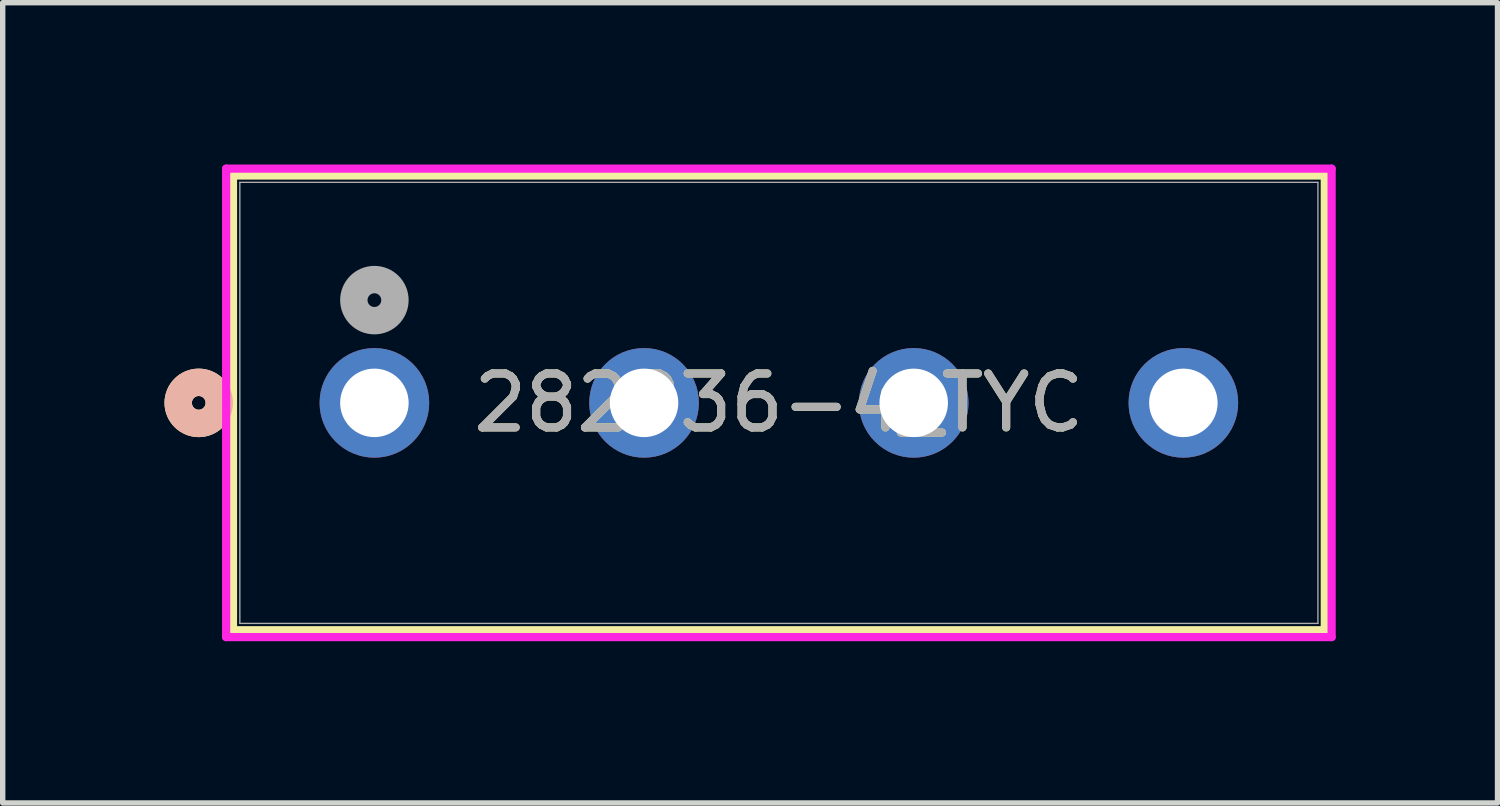
<source format=kicad_pcb>
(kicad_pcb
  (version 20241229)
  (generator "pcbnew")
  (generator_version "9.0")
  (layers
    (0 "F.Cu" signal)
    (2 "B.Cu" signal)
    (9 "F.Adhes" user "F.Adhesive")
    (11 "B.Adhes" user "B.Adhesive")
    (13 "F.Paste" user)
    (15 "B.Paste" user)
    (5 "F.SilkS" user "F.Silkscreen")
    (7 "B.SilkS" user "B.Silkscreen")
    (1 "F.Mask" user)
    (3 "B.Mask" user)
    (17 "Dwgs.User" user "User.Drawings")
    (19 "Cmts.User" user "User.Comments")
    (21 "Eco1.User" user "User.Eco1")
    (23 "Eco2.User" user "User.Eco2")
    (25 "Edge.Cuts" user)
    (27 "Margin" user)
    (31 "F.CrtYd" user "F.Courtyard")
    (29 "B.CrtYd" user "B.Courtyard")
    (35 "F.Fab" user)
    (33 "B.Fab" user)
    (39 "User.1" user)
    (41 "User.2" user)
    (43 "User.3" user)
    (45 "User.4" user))
  (footprint "282836-4_TYC"
    (layer "F.Cu")
    (at 3.892 4.42)
    (property "Reference" "282836-4_TYC" (at 7.5 0 0) (unlocked yes) (layer "F.SilkS") (effects (font (size 1 1) (thickness 0.15))))
    (attr through_hole)
    (fp_line (start -2.622 -4.216) (end -2.622 4.216) (stroke (width 0.152) (type solid)) (layer "F.SilkS"))
    (fp_line (start -2.622 4.216) (end 17.622 4.216) (stroke (width 0.152) (type solid)) (layer "F.SilkS"))
    (fp_line (start 17.622 -4.216) (end -2.622 -4.216) (stroke (width 0.152) (type solid)) (layer "F.SilkS"))
    (fp_line (start 17.622 4.216) (end 17.622 -4.216) (stroke (width 0.152) (type solid)) (layer "F.SilkS"))
    (fp_circle (center -3.257 0) (end -2.876 0) (stroke (width 0.508) (type solid)) (fill no) (layer "F.SilkS"))
    (fp_circle (center -3.257 0) (end -2.876 0) (stroke (width 0.508) (type solid)) (fill no) (layer "B.SilkS"))
    (fp_line (start -2.749 -4.343) (end -2.749 4.343) (stroke (width 0.152) (type solid)) (layer "F.CrtYd"))
    (fp_line (start -2.749 4.343) (end 17.749 4.343) (stroke (width 0.152) (type solid)) (layer "F.CrtYd"))
    (fp_line (start 17.749 -4.343) (end -2.749 -4.343) (stroke (width 0.152) (type solid)) (layer "F.CrtYd"))
    (fp_line (start 17.749 4.343) (end 17.749 -4.343) (stroke (width 0.152) (type solid)) (layer "F.CrtYd"))
    (fp_line (start -2.495 -4.089) (end -2.495 4.089) (stroke (width 0.025) (type solid)) (layer "F.Fab"))
    (fp_line (start -2.495 4.089) (end 17.495 4.089) (stroke (width 0.025) (type solid)) (layer "F.Fab"))
    (fp_line (start 17.495 -4.089) (end -2.495 -4.089) (stroke (width 0.025) (type solid)) (layer "F.Fab"))
    (fp_line (start 17.495 4.089) (end 17.495 -4.089) (stroke (width 0.025) (type solid)) (layer "F.Fab"))
    (fp_circle (center 0 -1.905) (end 0.381 -1.905) (stroke (width 0.508) (type solid)) (fill no) (layer "F.Fab"))
    (fp_text user "${REFERENCE}" (at 7.5 0 0) (unlocked yes) (layer "F.Fab") (effects (font (size 1 1) (thickness 0.15))))
    (pad "1" thru_hole circle (at 0 0) (size 2.032 2.032) (drill 1.27) (layers "*.Cu" "*.Mask"))
    (pad "2" thru_hole circle (at 5 0) (size 2.032 2.032) (drill 1.27) (layers "*.Cu" "*.Mask"))
    (pad "3" thru_hole circle (at 10 0) (size 2.032 2.032) (drill 1.27) (layers "*.Cu" "*.Mask"))
    (pad "4" thru_hole circle (at 15 0) (size 2.032 2.032) (drill 1.27) (layers "*.Cu" "*.Mask")))
  (gr_rect
    (start -3 -3)
    (end 24.717 11.839)
    (stroke (width 0.1) (type default))
    (fill no)
    (layer "Edge.Cuts")))
</source>
